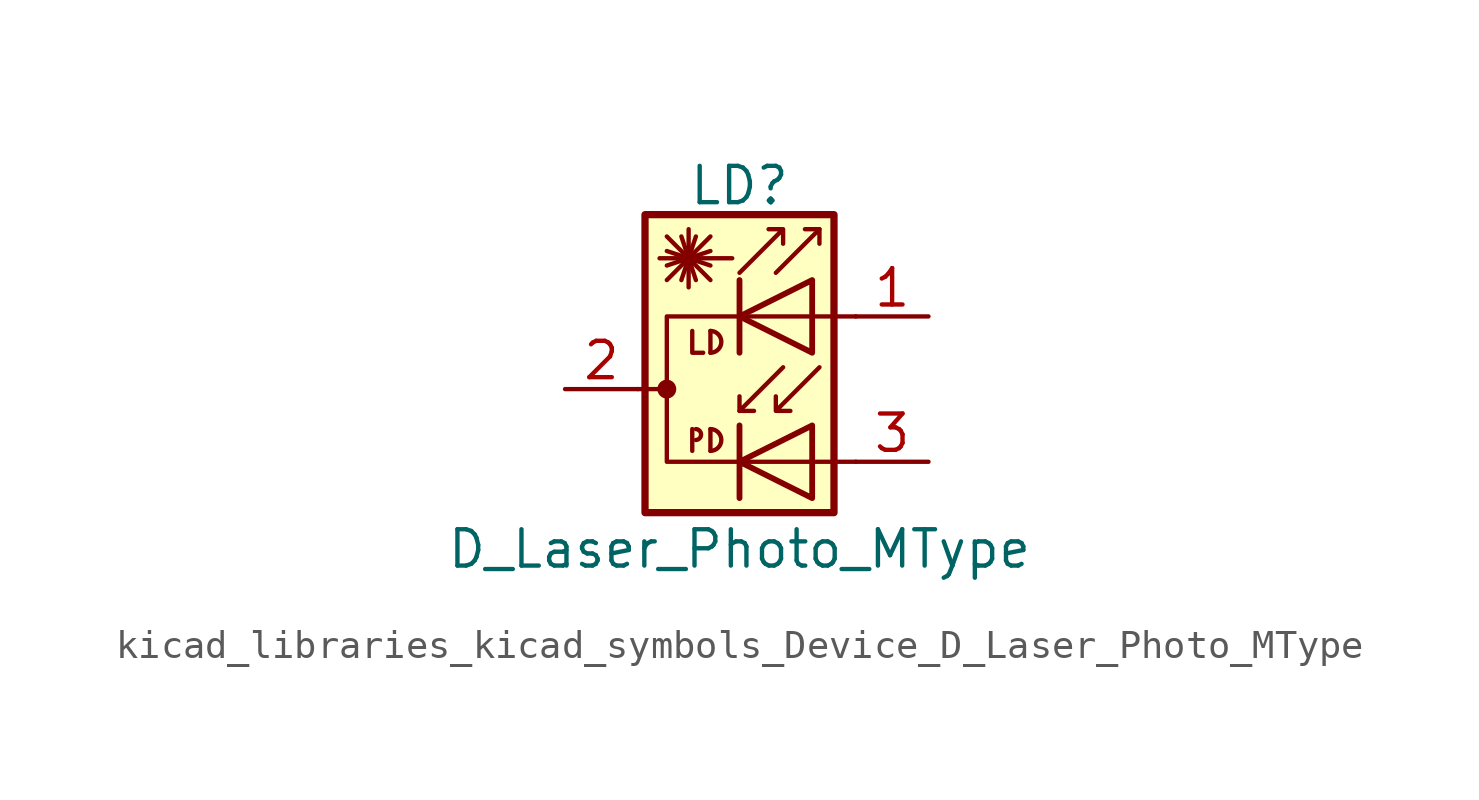
<source format=kicad_sym>
(kicad_symbol_lib
  (version 20220914)
  (generator kicad_symbol_editor)
  (symbol "kicad_libraries_kicad_symbols_Device_D_Laser_Photo_MType"
    (pin_names hide)
    (property "Reference" "LD"
      (at 1.016 7.112 0)
      (effects (font (size 1.27 1.27))))
    (property "Value" "D_Laser_Photo_MType"
      (at 1.016 -5.588 0)
      (effects (font (size 1.27 1.27))))
    (symbol "kicad_libraries_kicad_symbols_Device_D_Laser_Photo_MType_0_1"
      (circle (center -1.524 0) (radius 0.254) (stroke (width 0) (type default)) (fill (type outline)))
      (arc (start -0.508 -1.778) (mid -0.3302 -1.6002) (end -0.508 -1.397) (stroke (width 0) (type default)) (fill (type none)))
      (arc (start 0 -2.159) (mid 0.3794 -1.778) (end 0 -1.397) (stroke (width 0) (type default)) (fill (type none)))
      (polyline (pts (xy -2.54 0) (xy -1.524 0)) (stroke (width 0) (type default)) (fill (type none)))
      (polyline (pts (xy -1.524 3.81) (xy 0 5.334)) (stroke (width 0) (type default)) (fill (type none)))
      (polyline (pts (xy -1.524 4.318) (xy 0 4.826)) (stroke (width 0) (type default)) (fill (type none)))
      (polyline (pts (xy -1.524 4.826) (xy 0 4.318)) (stroke (width 0) (type default)) (fill (type none)))
      (polyline (pts (xy -1.524 5.334) (xy 0 3.81)) (stroke (width 0) (type default)) (fill (type none)))
      (polyline (pts (xy -1.016 5.334) (xy -0.508 3.81)) (stroke (width 0) (type default)) (fill (type none)))
      (polyline (pts (xy -0.762 4.572) (xy -0.762 3.556)) (stroke (width 0) (type default)) (fill (type none)))
      (polyline (pts (xy -0.762 4.572) (xy -0.762 5.588)) (stroke (width 0) (type default)) (fill (type none)))
      (polyline (pts (xy -0.635 -1.397) (xy -0.635 -2.159)) (stroke (width 0) (type default)) (fill (type none)))
      (polyline (pts (xy -0.508 5.334) (xy -1.016 3.81)) (stroke (width 0) (type default)) (fill (type none)))
      (polyline (pts (xy 0 -1.397) (xy 0 -2.159)) (stroke (width 0) (type default)) (fill (type none)))
      (polyline (pts (xy 0 2.032) (xy 0 1.27)) (stroke (width 0) (type default)) (fill (type none)))
      (polyline (pts (xy 0.762 4.572) (xy -1.778 4.572)) (stroke (width 0) (type default)) (fill (type none)))
      (polyline (pts (xy 1.016 -1.27) (xy 1.016 -3.81)) (stroke (width 0.203) (type default)) (fill (type none)))
      (polyline (pts (xy 1.016 -0.762) (xy 1.524 -0.762)) (stroke (width 0) (type default)) (fill (type none)))
      (polyline (pts (xy 1.016 3.81) (xy 1.016 1.27)) (stroke (width 0.203) (type default)) (fill (type none)))
      (polyline (pts (xy 3.81 5.588) (xy 3.302 5.588)) (stroke (width 0) (type default)) (fill (type none)))
      (polyline (pts (xy -0.635 2.032) (xy -0.635 1.27) (xy -0.254 1.27)) (stroke (width 0) (type default)) (fill (type none)))
      (polyline (pts (xy 2.286 4.064) (xy 3.81 5.588) (xy 3.81 5.08)) (stroke (width 0) (type default)) (fill (type none)))
      (polyline (pts (xy 2.54 0.762) (xy 1.016 -0.762) (xy 1.016 -0.254)) (stroke (width 0) (type default)) (fill (type none)))
      (polyline (pts (xy 3.556 -1.27) (xy 3.556 -3.81) (xy 1.016 -2.54) (xy 3.556 -1.27)) (stroke (width 0.203) (type default)) (fill (type none)))
      (polyline (pts (xy 3.556 3.81) (xy 3.556 1.27) (xy 1.016 2.54) (xy 3.556 3.81)) (stroke (width 0.203) (type default)) (fill (type none)))
      (polyline (pts (xy 5.08 2.54) (xy -1.524 2.54) (xy -1.524 -2.54) (xy 5.08 -2.54)) (stroke (width 0) (type default)) (fill (type none)))
      (polyline (pts (xy 1.016 4.064) (xy 2.54 5.588) (xy 2.54 5.08) (xy 2.54 5.588) (xy 2.032 5.588)) (stroke (width 0) (type default)) (fill (type none)))
      (polyline (pts (xy 3.81 0.762) (xy 2.286 -0.762) (xy 2.286 -0.254) (xy 2.286 -0.762) (xy 2.794 -0.762)) (stroke (width 0) (type default)) (fill (type none)))
      (arc (start 0 1.27) (mid 0.3794 1.651) (end 0 2.032) (stroke (width 0) (type default)) (fill (type none)))
      (rectangle (start 4.318 6.096) (end -2.286 -4.318) (stroke (width 0.254) (type default)) (fill (type background))))
    (symbol "kicad_libraries_kicad_symbols_Device_D_Laser_Photo_MType_1_1"
      (pin passive line (at 7.62 2.54 180) (length 2.54) (name "~" (effects (font (size 1.27 1.27)))) (number "1" (effects (font (size 1.27 1.27)))))
      (pin passive line (at -5.08 0 0) (length 2.54) (name "~" (effects (font (size 1.27 1.27)))) (number "2" (effects (font (size 1.27 1.27)))))
      (pin passive line (at 7.62 -2.54 180) (length 2.54) (name "~" (effects (font (size 1.27 1.27)))) (number "3" (effects (font (size 1.27 1.27))))))))
</source>
